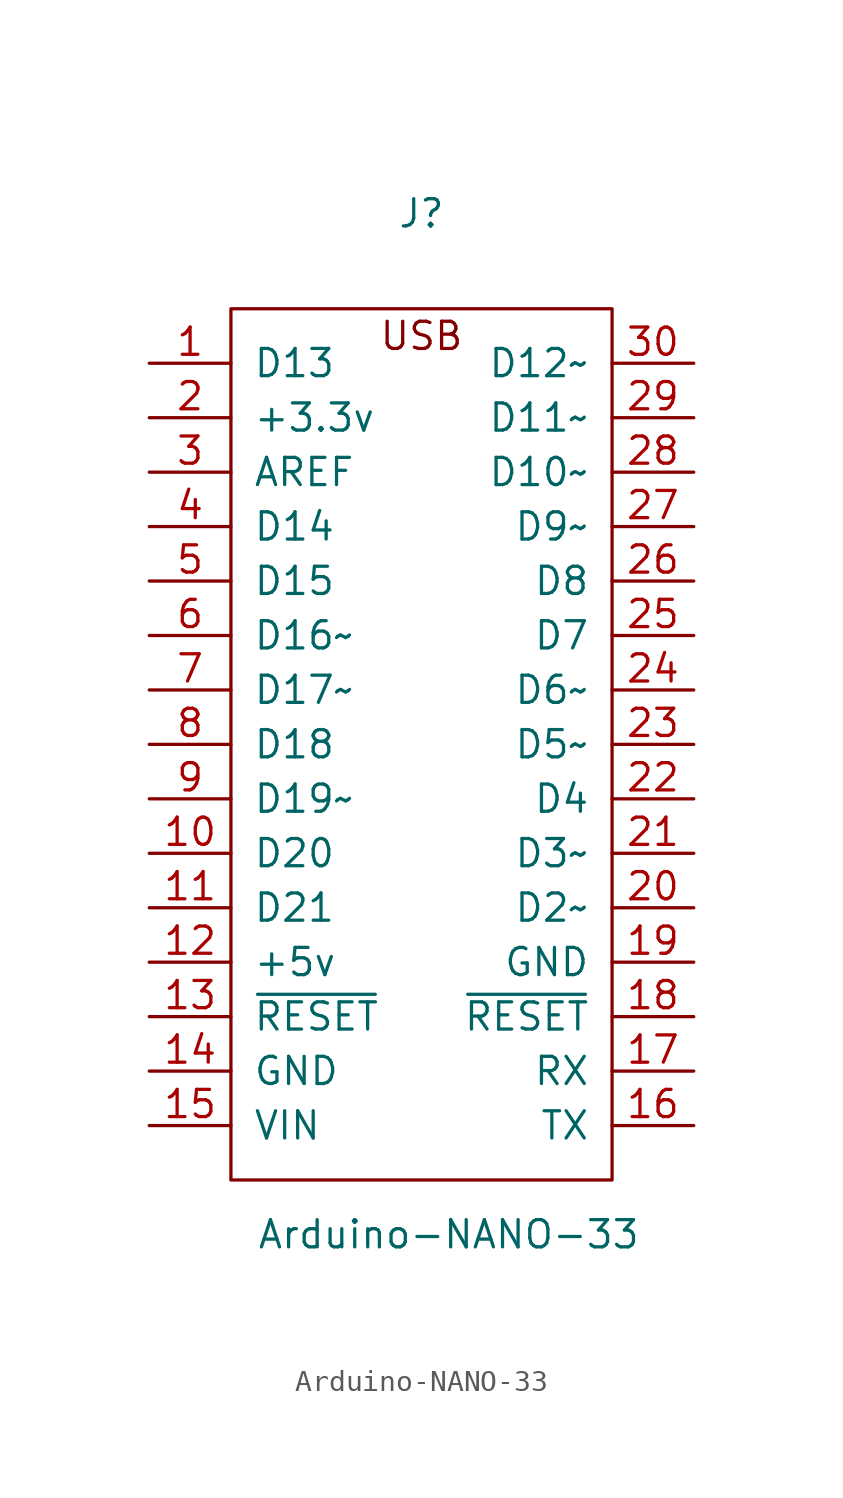
<source format=kicad_sym>
(kicad_symbol_lib
  (version 20211014)
  (generator kicad_symbol_editor)
  (symbol "Arduino-NANO-33"
    (pin_names
      (offset 1.016))
    (property "Reference" "J"
      (at 0 24.765 0)
      (effects (font (size 1.27 1.27))))
    (property "Value" "Arduino-NANO-33"
      (at 1.27 -22.86 0)
      (effects (font (size 1.27 1.27))))
    (symbol "Arduino-NANO-33_0_0"
      (text "USB" (at 0 19.05 0) (effects (font (size 1.27 1.27)))))
    (symbol "Arduino-NANO-33_0_1"
      (rectangle (start -8.89 -20.32) (end 8.89 20.32) (stroke (width 0) (type default) (color 0 0 0 0)) (fill (type none))))
    (symbol "Arduino-NANO-33_1_1"
      (pin bidirectional line (at -12.7 17.78 0) (length 3.81) (name "D13" (effects (font (size 1.27 1.27)))) (number "1" (effects (font (size 1.27 1.27)))))
      (pin bidirectional line (at -12.7 -5.08 0) (length 3.81) (name "D20" (effects (font (size 1.27 1.27)))) (number "10" (effects (font (size 1.27 1.27)))))
      (pin bidirectional line (at -12.7 -7.62 0) (length 3.81) (name "D21" (effects (font (size 1.27 1.27)))) (number "11" (effects (font (size 1.27 1.27)))))
      (pin power_out line (at -12.7 -10.16 0) (length 3.81) (name "+5v" (effects (font (size 1.27 1.27)))) (number "12" (effects (font (size 1.27 1.27)))))
      (pin passive line (at -12.7 -12.7 0) (length 3.81) (name "~{RESET}" (effects (font (size 1.27 1.27)))) (number "13" (effects (font (size 1.27 1.27)))))
      (pin power_in line (at -12.7 -15.24 0) (length 3.81) (name "GND" (effects (font (size 1.27 1.27)))) (number "14" (effects (font (size 1.27 1.27)))))
      (pin power_in line (at -12.7 -17.78 0) (length 3.81) (name "VIN" (effects (font (size 1.27 1.27)))) (number "15" (effects (font (size 1.27 1.27)))))
      (pin bidirectional line (at 12.7 -17.78 180) (length 3.81) (name "TX" (effects (font (size 1.27 1.27)))) (number "16" (effects (font (size 1.27 1.27)))))
      (pin bidirectional line (at 12.7 -15.24 180) (length 3.81) (name "RX" (effects (font (size 1.27 1.27)))) (number "17" (effects (font (size 1.27 1.27)))))
      (pin passive line (at 12.7 -12.7 180) (length 3.81) (name "~{RESET}" (effects (font (size 1.27 1.27)))) (number "18" (effects (font (size 1.27 1.27)))))
      (pin power_in line (at 12.7 -10.16 180) (length 3.81) (name "GND" (effects (font (size 1.27 1.27)))) (number "19" (effects (font (size 1.27 1.27)))))
      (pin power_out line (at -12.7 15.24 0) (length 3.81) (name "+3.3v" (effects (font (size 1.27 1.27)))) (number "2" (effects (font (size 1.27 1.27)))))
      (pin bidirectional line (at 12.7 -7.62 180) (length 3.81) (name "D2~" (effects (font (size 1.27 1.27)))) (number "20" (effects (font (size 1.27 1.27)))))
      (pin bidirectional line (at 12.7 -5.08 180) (length 3.81) (name "D3~" (effects (font (size 1.27 1.27)))) (number "21" (effects (font (size 1.27 1.27)))))
      (pin bidirectional line (at 12.7 -2.54 180) (length 3.81) (name "D4" (effects (font (size 1.27 1.27)))) (number "22" (effects (font (size 1.27 1.27)))))
      (pin bidirectional line (at 12.7 0 180) (length 3.81) (name "D5~" (effects (font (size 1.27 1.27)))) (number "23" (effects (font (size 1.27 1.27)))))
      (pin bidirectional line (at 12.7 2.54 180) (length 3.81) (name "D6~" (effects (font (size 1.27 1.27)))) (number "24" (effects (font (size 1.27 1.27)))))
      (pin bidirectional line (at 12.7 5.08 180) (length 3.81) (name "D7" (effects (font (size 1.27 1.27)))) (number "25" (effects (font (size 1.27 1.27)))))
      (pin bidirectional line (at 12.7 7.62 180) (length 3.81) (name "D8" (effects (font (size 1.27 1.27)))) (number "26" (effects (font (size 1.27 1.27)))))
      (pin bidirectional line (at 12.7 10.16 180) (length 3.81) (name "D9~" (effects (font (size 1.27 1.27)))) (number "27" (effects (font (size 1.27 1.27)))))
      (pin bidirectional line (at 12.7 12.7 180) (length 3.81) (name "D10~" (effects (font (size 1.27 1.27)))) (number "28" (effects (font (size 1.27 1.27)))))
      (pin bidirectional line (at 12.7 15.24 180) (length 3.81) (name "D11~" (effects (font (size 1.27 1.27)))) (number "29" (effects (font (size 1.27 1.27)))))
      (pin bidirectional line (at -12.7 12.7 0) (length 3.81) (name "AREF" (effects (font (size 1.27 1.27)))) (number "3" (effects (font (size 1.27 1.27)))))
      (pin bidirectional line (at 12.7 17.78 180) (length 3.81) (name "D12~" (effects (font (size 1.27 1.27)))) (number "30" (effects (font (size 1.27 1.27)))))
      (pin bidirectional line (at -12.7 10.16 0) (length 3.81) (name "D14" (effects (font (size 1.27 1.27)))) (number "4" (effects (font (size 1.27 1.27)))))
      (pin bidirectional line (at -12.7 7.62 0) (length 3.81) (name "D15" (effects (font (size 1.27 1.27)))) (number "5" (effects (font (size 1.27 1.27)))))
      (pin bidirectional line (at -12.7 5.08 0) (length 3.81) (name "D16~" (effects (font (size 1.27 1.27)))) (number "6" (effects (font (size 1.27 1.27)))))
      (pin bidirectional line (at -12.7 2.54 0) (length 3.81) (name "D17~" (effects (font (size 1.27 1.27)))) (number "7" (effects (font (size 1.27 1.27)))))
      (pin bidirectional line (at -12.7 0 0) (length 3.81) (name "D18" (effects (font (size 1.27 1.27)))) (number "8" (effects (font (size 1.27 1.27)))))
      (pin bidirectional line (at -12.7 -2.54 0) (length 3.81) (name "D19~" (effects (font (size 1.27 1.27)))) (number "9" (effects (font (size 1.27 1.27))))))))
</source>
